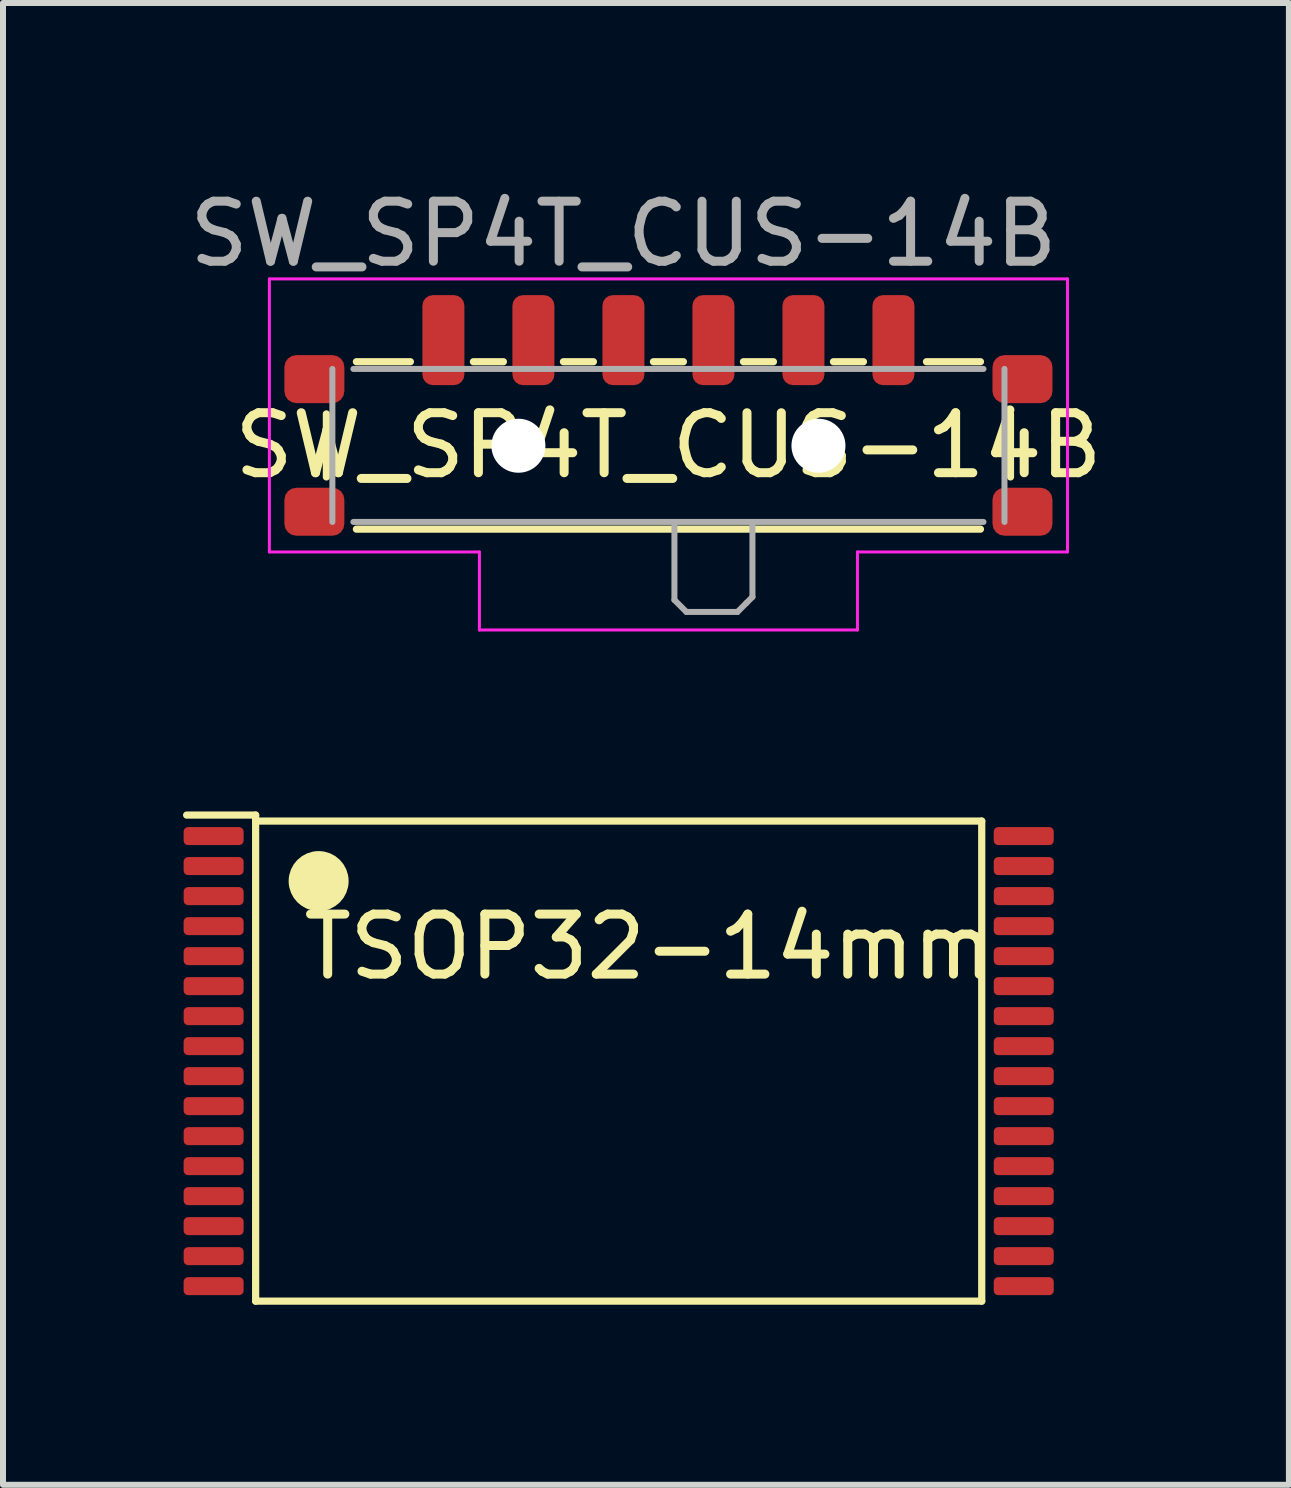
<source format=kicad_pcb>
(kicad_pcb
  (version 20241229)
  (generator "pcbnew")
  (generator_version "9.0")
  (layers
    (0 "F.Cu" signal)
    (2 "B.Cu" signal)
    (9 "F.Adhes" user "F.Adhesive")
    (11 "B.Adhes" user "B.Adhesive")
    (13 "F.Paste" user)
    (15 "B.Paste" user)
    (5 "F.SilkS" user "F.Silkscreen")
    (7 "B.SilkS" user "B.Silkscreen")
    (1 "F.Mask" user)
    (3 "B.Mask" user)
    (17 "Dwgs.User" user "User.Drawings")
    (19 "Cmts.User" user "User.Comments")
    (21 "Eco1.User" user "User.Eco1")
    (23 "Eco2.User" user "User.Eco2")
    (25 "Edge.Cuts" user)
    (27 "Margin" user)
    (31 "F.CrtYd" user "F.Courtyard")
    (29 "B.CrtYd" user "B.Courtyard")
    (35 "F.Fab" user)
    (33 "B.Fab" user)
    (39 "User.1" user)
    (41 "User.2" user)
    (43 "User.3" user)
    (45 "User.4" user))
  (footprint "SW_SP4T_CUS-14B"
    (layer "F.Cu")
    (at 8.089 4.048)
    (property "Reference" "SW_SP4T_CUS-14B" (at 0 0.325 0) (layer "F.SilkS") (effects (font (size 1 1) (thickness 0.15))))
    (attr smd)
    (fp_line (start -5.7 -0.2) (end -5.7 0.85) (stroke (width 0.12) (type solid)) (layer "F.SilkS"))
    (fp_line (start -5.2 -1.07) (end -4.3 -1.07) (stroke (width 0.12) (type solid)) (layer "F.SilkS"))
    (fp_line (start -5.2 1.72) (end 5.2 1.72) (stroke (width 0.12) (type solid)) (layer "F.SilkS"))
    (fp_line (start -3.25 -1.07) (end -2.75 -1.07) (stroke (width 0.12) (type solid)) (layer "F.SilkS"))
    (fp_line (start -1.75 -1.07) (end -1.25 -1.07) (stroke (width 0.12) (type solid)) (layer "F.SilkS"))
    (fp_line (start -0.25 -1.07) (end 0.25 -1.07) (stroke (width 0.12) (type solid)) (layer "F.SilkS"))
    (fp_line (start 1.25 -1.07) (end 1.75 -1.07) (stroke (width 0.12) (type solid)) (layer "F.SilkS"))
    (fp_line (start 2.75 -1.07) (end 3.25 -1.07) (stroke (width 0.12) (type solid)) (layer "F.SilkS"))
    (fp_line (start 4.3 -1.07) (end 5.2 -1.07) (stroke (width 0.12) (type solid)) (layer "F.SilkS"))
    (fp_line (start 5.7 0.85) (end 5.7 -0.2) (stroke (width 0.12) (type solid)) (layer "F.SilkS"))
    (fp_line (start -6.65 -2.45) (end 6.65 -2.45) (stroke (width 0.05) (type solid)) (layer "F.CrtYd"))
    (fp_line (start -6.65 2.1) (end -6.65 -2.45) (stroke (width 0.05) (type solid)) (layer "F.CrtYd"))
    (fp_line (start -3.15 2.1) (end -6.65 2.1) (stroke (width 0.05) (type solid)) (layer "F.CrtYd"))
    (fp_line (start -3.15 3.4) (end -3.15 2.1) (stroke (width 0.05) (type solid)) (layer "F.CrtYd"))
    (fp_line (start 3.15 2.1) (end 3.15 3.4) (stroke (width 0.05) (type solid)) (layer "F.CrtYd"))
    (fp_line (start 3.15 3.4) (end -3.15 3.4) (stroke (width 0.05) (type solid)) (layer "F.CrtYd"))
    (fp_line (start 6.65 -2.45) (end 6.65 2.1) (stroke (width 0.05) (type solid)) (layer "F.CrtYd"))
    (fp_line (start 6.65 2.1) (end 3.15 2.1) (stroke (width 0.05) (type solid)) (layer "F.CrtYd"))
    (fp_line (start -5.6 1.6) (end -5.6 -0.95) (stroke (width 0.1) (type solid)) (layer "F.Fab"))
    (fp_line (start -5.25 -0.95) (end 5.25 -0.95) (stroke (width 0.1) (type solid)) (layer "F.Fab"))
    (fp_line (start 0.1 1.6) (end 0.1 2.9) (stroke (width 0.1) (type solid)) (layer "F.Fab"))
    (fp_line (start 0.1 2.9) (end 0.3 3.1) (stroke (width 0.1) (type solid)) (layer "F.Fab"))
    (fp_line (start 0.3 3.1) (end 1.15 3.1) (stroke (width 0.1) (type solid)) (layer "F.Fab"))
    (fp_line (start 1.15 3.1) (end 1.3 2.95) (stroke (width 0.1) (type solid)) (layer "F.Fab"))
    (fp_line (start 1.3 2.95) (end 1.4 2.85) (stroke (width 0.1) (type solid)) (layer "F.Fab"))
    (fp_line (start 1.4 2.85) (end 1.4 1.6) (stroke (width 0.1) (type solid)) (layer "F.Fab"))
    (fp_line (start 5.25 1.6) (end -5.25 1.6) (stroke (width 0.1) (type solid)) (layer "F.Fab"))
    (fp_line (start 5.6 -0.95) (end 5.6 1.6) (stroke (width 0.1) (type solid)) (layer "F.Fab"))
    (fp_text user "${REFERENCE}" (at -0.75 -3.2 0) (layer "F.Fab") (effects (font (size 1 1) (thickness 0.15))))
    (pad "" np_thru_hole circle (at -2.5 0.33) (size 0.9 0.9) (drill 0.9) (layers "*.Cu" "*.Mask"))
    (pad "" np_thru_hole circle (at 2.5 0.33) (size 0.9 0.9) (drill 0.9) (layers "*.Cu" "*.Mask"))
    (pad "1" smd roundrect (at -3.75 -1.43) (size 0.7 1.5) (layers "F.Cu" "F.Mask" "F.Paste") (roundrect_rratio 0.25))
    (pad "2" smd roundrect (at -2.25 -1.43) (size 0.7 1.5) (layers "F.Cu" "F.Mask" "F.Paste") (roundrect_rratio 0.25))
    (pad "3" smd roundrect (at -0.75 -1.43) (size 0.7 1.5) (layers "F.Cu" "F.Mask" "F.Paste") (roundrect_rratio 0.25))
    (pad "4" smd roundrect (at 0.75 -1.43) (size 0.7 1.5) (layers "F.Cu" "F.Mask" "F.Paste") (roundrect_rratio 0.25))
    (pad "5" smd roundrect (at 2.25 -1.43) (size 0.7 1.5) (layers "F.Cu" "F.Mask" "F.Paste") (roundrect_rratio 0.25))
    (pad "6" smd roundrect (at 3.75 -1.43) (size 0.7 1.5) (layers "F.Cu" "F.Mask" "F.Paste") (roundrect_rratio 0.25))
    (pad "S" smd roundrect (at -5.9 -0.78) (size 1 0.8) (layers "F.Cu" "F.Mask" "F.Paste") (roundrect_rratio 0.25))
    (pad "S" smd roundrect (at -5.9 1.43) (size 1 0.8) (layers "F.Cu" "F.Mask" "F.Paste") (roundrect_rratio 0.25))
    (pad "S" smd roundrect (at 5.9 -0.78) (size 1 0.8) (layers "F.Cu" "F.Mask" "F.Paste") (roundrect_rratio 0.25))
    (pad "S" smd roundrect (at 5.9 1.43) (size 1 0.8) (layers "F.Cu" "F.Mask" "F.Paste") (roundrect_rratio 0.25)))
  (footprint "TSOP32-14mm"
    (layer "F.Cu")
    (at 7.26 14.633)
    (property "Reference" "TSOP32-14mm" (at 0.508 -1.905 0) (layer "F.SilkS") (effects (font (size 1 1) (thickness 0.15))))
    (attr smd)
    (fp_line (start -6.05 -4.1) (end -7.2 -4.1) (stroke (width 0.12) (type solid)) (layer "F.SilkS"))
    (fp_line (start -6.05 -4) (end -6.05 -4.1) (stroke (width 0.12) (type solid)) (layer "F.SilkS"))
    (fp_line (start -6.05 -4) (end -6.05 4) (stroke (width 0.12) (type solid)) (layer "F.SilkS"))
    (fp_line (start -6.05 4) (end 6.05 4) (stroke (width 0.12) (type solid)) (layer "F.SilkS"))
    (fp_line (start 6.05 -4) (end -6.05 -4) (stroke (width 0.12) (type solid)) (layer "F.SilkS"))
    (fp_line (start 6.05 4) (end 6.05 -4) (stroke (width 0.12) (type solid)) (layer "F.SilkS"))
    (fp_circle (center -5 -3) (end -5 -2.75) (stroke (width 0.5) (type solid)) (fill no) (layer "F.SilkS"))
    (pad "1" smd roundrect (at -6.75 -3.75 270) (size 0.3 1) (layers "F.Cu" "F.Mask" "F.Paste") (roundrect_rratio 0.25))
    (pad "2" smd roundrect (at -6.75 -3.25 270) (size 0.3 1) (layers "F.Cu" "F.Mask" "F.Paste") (roundrect_rratio 0.25))
    (pad "3" smd roundrect (at -6.75 -2.75 270) (size 0.3 1) (layers "F.Cu" "F.Mask" "F.Paste") (roundrect_rratio 0.25))
    (pad "4" smd roundrect (at -6.75 -2.25 270) (size 0.3 1) (layers "F.Cu" "F.Mask" "F.Paste") (roundrect_rratio 0.25))
    (pad "5" smd roundrect (at -6.75 -1.75 270) (size 0.3 1) (layers "F.Cu" "F.Mask" "F.Paste") (roundrect_rratio 0.25))
    (pad "6" smd roundrect (at -6.75 -1.25 270) (size 0.3 1) (layers "F.Cu" "F.Mask" "F.Paste") (roundrect_rratio 0.25))
    (pad "7" smd roundrect (at -6.75 -0.75 270) (size 0.3 1) (layers "F.Cu" "F.Mask" "F.Paste") (roundrect_rratio 0.25))
    (pad "8" smd roundrect (at -6.75 -0.25 270) (size 0.3 1) (layers "F.Cu" "F.Mask" "F.Paste") (roundrect_rratio 0.25))
    (pad "9" smd roundrect (at -6.75 0.25 270) (size 0.3 1) (layers "F.Cu" "F.Mask" "F.Paste") (roundrect_rratio 0.25))
    (pad "10" smd roundrect (at -6.75 0.75 270) (size 0.3 1) (layers "F.Cu" "F.Mask" "F.Paste") (roundrect_rratio 0.25))
    (pad "11" smd roundrect (at -6.75 1.25 270) (size 0.3 1) (layers "F.Cu" "F.Mask" "F.Paste") (roundrect_rratio 0.25))
    (pad "12" smd roundrect (at -6.75 1.75 270) (size 0.3 1) (layers "F.Cu" "F.Mask" "F.Paste") (roundrect_rratio 0.25))
    (pad "13" smd roundrect (at -6.75 2.25 270) (size 0.3 1) (layers "F.Cu" "F.Mask" "F.Paste") (roundrect_rratio 0.25))
    (pad "14" smd roundrect (at -6.75 2.75 270) (size 0.3 1) (layers "F.Cu" "F.Mask" "F.Paste") (roundrect_rratio 0.25))
    (pad "15" smd roundrect (at -6.75 3.25 270) (size 0.3 1) (layers "F.Cu" "F.Mask" "F.Paste") (roundrect_rratio 0.25))
    (pad "16" smd roundrect (at -6.75 3.75 270) (size 0.3 1) (layers "F.Cu" "F.Mask" "F.Paste") (roundrect_rratio 0.25))
    (pad "17" smd roundrect (at 6.75 3.75 270) (size 0.3 1) (layers "F.Cu" "F.Mask" "F.Paste") (roundrect_rratio 0.25))
    (pad "18" smd roundrect (at 6.75 3.25 270) (size 0.3 1) (layers "F.Cu" "F.Mask" "F.Paste") (roundrect_rratio 0.25))
    (pad "19" smd roundrect (at 6.75 2.75 270) (size 0.3 1) (layers "F.Cu" "F.Mask" "F.Paste") (roundrect_rratio 0.25))
    (pad "20" smd roundrect (at 6.75 2.25 270) (size 0.3 1) (layers "F.Cu" "F.Mask" "F.Paste") (roundrect_rratio 0.25))
    (pad "21" smd roundrect (at 6.75 1.75 270) (size 0.3 1) (layers "F.Cu" "F.Mask" "F.Paste") (roundrect_rratio 0.25))
    (pad "22" smd roundrect (at 6.75 1.25 270) (size 0.3 1) (layers "F.Cu" "F.Mask" "F.Paste") (roundrect_rratio 0.25))
    (pad "23" smd roundrect (at 6.75 0.75 270) (size 0.3 1) (layers "F.Cu" "F.Mask" "F.Paste") (roundrect_rratio 0.25))
    (pad "24" smd roundrect (at 6.75 0.25 270) (size 0.3 1) (layers "F.Cu" "F.Mask" "F.Paste") (roundrect_rratio 0.25))
    (pad "25" smd roundrect (at 6.75 -0.25 270) (size 0.3 1) (layers "F.Cu" "F.Mask" "F.Paste") (roundrect_rratio 0.25))
    (pad "26" smd roundrect (at 6.75 -0.75 270) (size 0.3 1) (layers "F.Cu" "F.Mask" "F.Paste") (roundrect_rratio 0.25))
    (pad "27" smd roundrect (at 6.75 -1.25 270) (size 0.3 1) (layers "F.Cu" "F.Mask" "F.Paste") (roundrect_rratio 0.25))
    (pad "28" smd roundrect (at 6.75 -1.75 270) (size 0.3 1) (layers "F.Cu" "F.Mask" "F.Paste") (roundrect_rratio 0.25))
    (pad "29" smd roundrect (at 6.75 -2.25 270) (size 0.3 1) (layers "F.Cu" "F.Mask" "F.Paste") (roundrect_rratio 0.25))
    (pad "30" smd roundrect (at 6.75 -2.75 270) (size 0.3 1) (layers "F.Cu" "F.Mask" "F.Paste") (roundrect_rratio 0.25))
    (pad "31" smd roundrect (at 6.75 -3.25 270) (size 0.3 1) (layers "F.Cu" "F.Mask" "F.Paste") (roundrect_rratio 0.25))
    (pad "32" smd roundrect (at 6.75 -3.75 270) (size 0.3 1) (layers "F.Cu" "F.Mask" "F.Paste") (roundrect_rratio 0.25)))
  (gr_rect
    (start -3 -3)
    (end 18.429 21.693)
    (stroke (width 0.1) (type default))
    (fill no)
    (layer "Edge.Cuts")))
</source>
